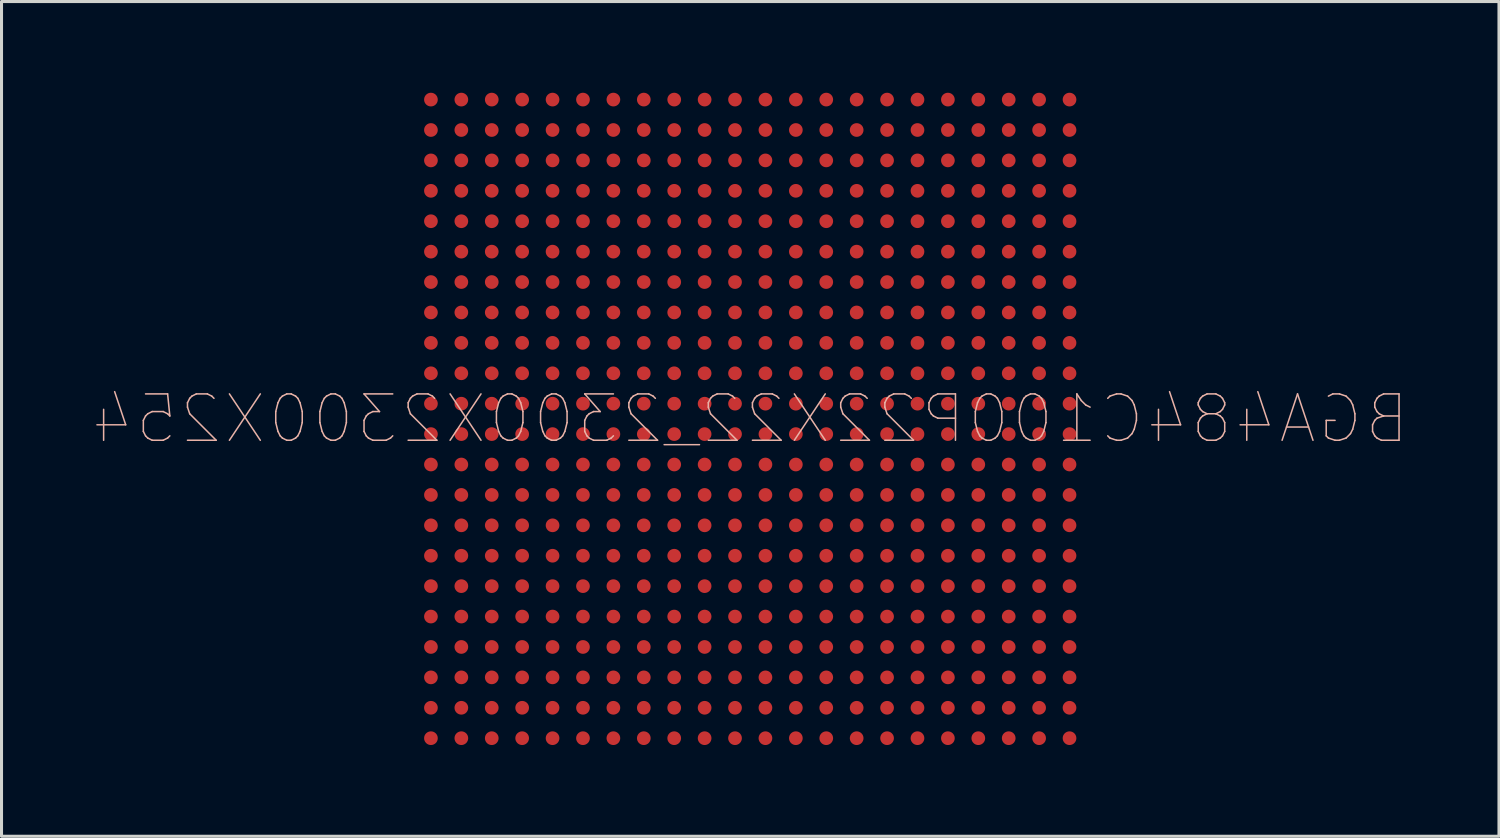
<source format=kicad_pcb>
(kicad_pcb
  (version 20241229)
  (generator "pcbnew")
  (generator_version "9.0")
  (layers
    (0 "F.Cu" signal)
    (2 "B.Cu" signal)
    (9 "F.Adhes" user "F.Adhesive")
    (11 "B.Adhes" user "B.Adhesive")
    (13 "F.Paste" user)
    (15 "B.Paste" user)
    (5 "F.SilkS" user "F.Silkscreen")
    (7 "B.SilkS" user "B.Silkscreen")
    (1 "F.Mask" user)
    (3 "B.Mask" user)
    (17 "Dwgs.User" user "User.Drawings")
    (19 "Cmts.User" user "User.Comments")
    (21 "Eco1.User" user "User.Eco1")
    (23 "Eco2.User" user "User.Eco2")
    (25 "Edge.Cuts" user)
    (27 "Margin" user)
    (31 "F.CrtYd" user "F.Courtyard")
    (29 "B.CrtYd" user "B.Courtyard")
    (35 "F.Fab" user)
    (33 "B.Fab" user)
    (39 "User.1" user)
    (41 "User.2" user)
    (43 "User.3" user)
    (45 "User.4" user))
  (footprint "BGA484C100P22X22_2300X2300X254"
    (layer "F.Cu")
    (at 21.621 10.725)
    (property "Reference" "BGA484C100P22X22_2300X2300X254" (at 0 0 0) (layer "B.SilkS") (effects (font (size 1.524 1.524) (thickness 0.05)) (justify mirror)))
    (attr smd)
    (pad "A1" smd circle (at 10.5 10.5 180) (size 0.45 0.45) (layers "F.Cu" "F.Mask" "F.Paste"))
    (pad "A2" smd circle (at 9.5 10.5 180) (size 0.45 0.45) (layers "F.Cu" "F.Mask" "F.Paste"))
    (pad "A3" smd circle (at 8.5 10.5 180) (size 0.45 0.45) (layers "F.Cu" "F.Mask" "F.Paste"))
    (pad "A4" smd circle (at 7.5 10.5 180) (size 0.45 0.45) (layers "F.Cu" "F.Mask" "F.Paste"))
    (pad "A5" smd circle (at 6.5 10.5 180) (size 0.45 0.45) (layers "F.Cu" "F.Mask" "F.Paste"))
    (pad "A6" smd circle (at 5.5 10.5 180) (size 0.45 0.45) (layers "F.Cu" "F.Mask" "F.Paste"))
    (pad "A7" smd circle (at 4.5 10.5 180) (size 0.45 0.45) (layers "F.Cu" "F.Mask" "F.Paste"))
    (pad "A8" smd circle (at 3.5 10.5 180) (size 0.45 0.45) (layers "F.Cu" "F.Mask" "F.Paste"))
    (pad "A9" smd circle (at 2.5 10.5 180) (size 0.45 0.45) (layers "F.Cu" "F.Mask" "F.Paste"))
    (pad "A10" smd circle (at 1.5 10.5 180) (size 0.45 0.45) (layers "F.Cu" "F.Mask" "F.Paste"))
    (pad "A11" smd circle (at 0.5 10.5 180) (size 0.45 0.45) (layers "F.Cu" "F.Mask" "F.Paste"))
    (pad "A12" smd circle (at -0.5 10.5 180) (size 0.45 0.45) (layers "F.Cu" "F.Mask" "F.Paste"))
    (pad "A13" smd circle (at -1.5 10.5 180) (size 0.45 0.45) (layers "F.Cu" "F.Mask" "F.Paste"))
    (pad "A14" smd circle (at -2.5 10.5 180) (size 0.45 0.45) (layers "F.Cu" "F.Mask" "F.Paste"))
    (pad "A15" smd circle (at -3.5 10.5 180) (size 0.45 0.45) (layers "F.Cu" "F.Mask" "F.Paste"))
    (pad "A16" smd circle (at -4.5 10.5 180) (size 0.45 0.45) (layers "F.Cu" "F.Mask" "F.Paste"))
    (pad "A17" smd circle (at -5.5 10.5 180) (size 0.45 0.45) (layers "F.Cu" "F.Mask" "F.Paste"))
    (pad "A18" smd circle (at -6.5 10.5 180) (size 0.45 0.45) (layers "F.Cu" "F.Mask" "F.Paste"))
    (pad "A19" smd circle (at -7.5 10.5 180) (size 0.45 0.45) (layers "F.Cu" "F.Mask" "F.Paste"))
    (pad "A20" smd circle (at -8.5 10.5 180) (size 0.45 0.45) (layers "F.Cu" "F.Mask" "F.Paste"))
    (pad "A21" smd circle (at -9.5 10.5 180) (size 0.45 0.45) (layers "F.Cu" "F.Mask" "F.Paste"))
    (pad "A22" smd circle (at -10.5 10.5 180) (size 0.45 0.45) (layers "F.Cu" "F.Mask" "F.Paste"))
    (pad "AA1" smd circle (at 10.5 -9.5 180) (size 0.45 0.45) (layers "F.Cu" "F.Mask" "F.Paste"))
    (pad "AA2" smd circle (at 9.5 -9.5 180) (size 0.45 0.45) (layers "F.Cu" "F.Mask" "F.Paste"))
    (pad "AA3" smd circle (at 8.5 -9.5 180) (size 0.45 0.45) (layers "F.Cu" "F.Mask" "F.Paste"))
    (pad "AA4" smd circle (at 7.5 -9.5 180) (size 0.45 0.45) (layers "F.Cu" "F.Mask" "F.Paste"))
    (pad "AA5" smd circle (at 6.5 -9.5 180) (size 0.45 0.45) (layers "F.Cu" "F.Mask" "F.Paste"))
    (pad "AA6" smd circle (at 5.5 -9.5 180) (size 0.45 0.45) (layers "F.Cu" "F.Mask" "F.Paste"))
    (pad "AA7" smd circle (at 4.5 -9.5 180) (size 0.45 0.45) (layers "F.Cu" "F.Mask" "F.Paste"))
    (pad "AA8" smd circle (at 3.5 -9.5 180) (size 0.45 0.45) (layers "F.Cu" "F.Mask" "F.Paste"))
    (pad "AA9" smd circle (at 2.5 -9.5 180) (size 0.45 0.45) (layers "F.Cu" "F.Mask" "F.Paste"))
    (pad "AA10" smd circle (at 1.5 -9.5 180) (size 0.45 0.45) (layers "F.Cu" "F.Mask" "F.Paste"))
    (pad "AA11" smd circle (at 0.5 -9.5 180) (size 0.45 0.45) (layers "F.Cu" "F.Mask" "F.Paste"))
    (pad "AA12" smd circle (at -0.5 -9.5 180) (size 0.45 0.45) (layers "F.Cu" "F.Mask" "F.Paste"))
    (pad "AA13" smd circle (at -1.5 -9.5 180) (size 0.45 0.45) (layers "F.Cu" "F.Mask" "F.Paste"))
    (pad "AA14" smd circle (at -2.5 -9.5 180) (size 0.45 0.45) (layers "F.Cu" "F.Mask" "F.Paste"))
    (pad "AA15" smd circle (at -3.5 -9.5 180) (size 0.45 0.45) (layers "F.Cu" "F.Mask" "F.Paste"))
    (pad "AA16" smd circle (at -4.5 -9.5 180) (size 0.45 0.45) (layers "F.Cu" "F.Mask" "F.Paste"))
    (pad "AA17" smd circle (at -5.5 -9.5 180) (size 0.45 0.45) (layers "F.Cu" "F.Mask" "F.Paste"))
    (pad "AA18" smd circle (at -6.5 -9.5 180) (size 0.45 0.45) (layers "F.Cu" "F.Mask" "F.Paste"))
    (pad "AA19" smd circle (at -7.5 -9.5 180) (size 0.45 0.45) (layers "F.Cu" "F.Mask" "F.Paste"))
    (pad "AA20" smd circle (at -8.5 -9.5 180) (size 0.45 0.45) (layers "F.Cu" "F.Mask" "F.Paste"))
    (pad "AA21" smd circle (at -9.5 -9.5 180) (size 0.45 0.45) (layers "F.Cu" "F.Mask" "F.Paste"))
    (pad "AA22" smd circle (at -10.5 -9.5 180) (size 0.45 0.45) (layers "F.Cu" "F.Mask" "F.Paste"))
    (pad "AB1" smd circle (at 10.5 -10.5 180) (size 0.45 0.45) (layers "F.Cu" "F.Mask" "F.Paste"))
    (pad "AB2" smd circle (at 9.5 -10.5 180) (size 0.45 0.45) (layers "F.Cu" "F.Mask" "F.Paste"))
    (pad "AB3" smd circle (at 8.5 -10.5 180) (size 0.45 0.45) (layers "F.Cu" "F.Mask" "F.Paste"))
    (pad "AB4" smd circle (at 7.5 -10.5 180) (size 0.45 0.45) (layers "F.Cu" "F.Mask" "F.Paste"))
    (pad "AB5" smd circle (at 6.5 -10.5 180) (size 0.45 0.45) (layers "F.Cu" "F.Mask" "F.Paste"))
    (pad "AB6" smd circle (at 5.5 -10.5 180) (size 0.45 0.45) (layers "F.Cu" "F.Mask" "F.Paste"))
    (pad "AB7" smd circle (at 4.5 -10.5 180) (size 0.45 0.45) (layers "F.Cu" "F.Mask" "F.Paste"))
    (pad "AB8" smd circle (at 3.5 -10.5 180) (size 0.45 0.45) (layers "F.Cu" "F.Mask" "F.Paste"))
    (pad "AB9" smd circle (at 2.5 -10.5 180) (size 0.45 0.45) (layers "F.Cu" "F.Mask" "F.Paste"))
    (pad "AB10" smd circle (at 1.5 -10.5 180) (size 0.45 0.45) (layers "F.Cu" "F.Mask" "F.Paste"))
    (pad "AB11" smd circle (at 0.5 -10.5 180) (size 0.45 0.45) (layers "F.Cu" "F.Mask" "F.Paste"))
    (pad "AB12" smd circle (at -0.5 -10.5 180) (size 0.45 0.45) (layers "F.Cu" "F.Mask" "F.Paste"))
    (pad "AB13" smd circle (at -1.5 -10.5 180) (size 0.45 0.45) (layers "F.Cu" "F.Mask" "F.Paste"))
    (pad "AB14" smd circle (at -2.5 -10.5 180) (size 0.45 0.45) (layers "F.Cu" "F.Mask" "F.Paste"))
    (pad "AB15" smd circle (at -3.5 -10.5 180) (size 0.45 0.45) (layers "F.Cu" "F.Mask" "F.Paste"))
    (pad "AB16" smd circle (at -4.5 -10.5 180) (size 0.45 0.45) (layers "F.Cu" "F.Mask" "F.Paste"))
    (pad "AB17" smd circle (at -5.5 -10.5 180) (size 0.45 0.45) (layers "F.Cu" "F.Mask" "F.Paste"))
    (pad "AB18" smd circle (at -6.5 -10.5 180) (size 0.45 0.45) (layers "F.Cu" "F.Mask" "F.Paste"))
    (pad "AB19" smd circle (at -7.5 -10.5 180) (size 0.45 0.45) (layers "F.Cu" "F.Mask" "F.Paste"))
    (pad "AB20" smd circle (at -8.5 -10.5 180) (size 0.45 0.45) (layers "F.Cu" "F.Mask" "F.Paste"))
    (pad "AB21" smd circle (at -9.5 -10.5 180) (size 0.45 0.45) (layers "F.Cu" "F.Mask" "F.Paste"))
    (pad "AB22" smd circle (at -10.5 -10.5 180) (size 0.45 0.45) (layers "F.Cu" "F.Mask" "F.Paste"))
    (pad "B1" smd circle (at 10.5 9.5 180) (size 0.45 0.45) (layers "F.Cu" "F.Mask" "F.Paste"))
    (pad "B2" smd circle (at 9.5 9.5 180) (size 0.45 0.45) (layers "F.Cu" "F.Mask" "F.Paste"))
    (pad "B3" smd circle (at 8.5 9.5 180) (size 0.45 0.45) (layers "F.Cu" "F.Mask" "F.Paste"))
    (pad "B4" smd circle (at 7.5 9.5 180) (size 0.45 0.45) (layers "F.Cu" "F.Mask" "F.Paste"))
    (pad "B5" smd circle (at 6.5 9.5 180) (size 0.45 0.45) (layers "F.Cu" "F.Mask" "F.Paste"))
    (pad "B6" smd circle (at 5.5 9.5 180) (size 0.45 0.45) (layers "F.Cu" "F.Mask" "F.Paste"))
    (pad "B7" smd circle (at 4.5 9.5 180) (size 0.45 0.45) (layers "F.Cu" "F.Mask" "F.Paste"))
    (pad "B8" smd circle (at 3.5 9.5 180) (size 0.45 0.45) (layers "F.Cu" "F.Mask" "F.Paste"))
    (pad "B9" smd circle (at 2.5 9.5 180) (size 0.45 0.45) (layers "F.Cu" "F.Mask" "F.Paste"))
    (pad "B10" smd circle (at 1.5 9.5 180) (size 0.45 0.45) (layers "F.Cu" "F.Mask" "F.Paste"))
    (pad "B11" smd circle (at 0.5 9.5 180) (size 0.45 0.45) (layers "F.Cu" "F.Mask" "F.Paste"))
    (pad "B12" smd circle (at -0.5 9.5 180) (size 0.45 0.45) (layers "F.Cu" "F.Mask" "F.Paste"))
    (pad "B13" smd circle (at -1.5 9.5 180) (size 0.45 0.45) (layers "F.Cu" "F.Mask" "F.Paste"))
    (pad "B14" smd circle (at -2.5 9.5 180) (size 0.45 0.45) (layers "F.Cu" "F.Mask" "F.Paste"))
    (pad "B15" smd circle (at -3.5 9.5 180) (size 0.45 0.45) (layers "F.Cu" "F.Mask" "F.Paste"))
    (pad "B16" smd circle (at -4.5 9.5 180) (size 0.45 0.45) (layers "F.Cu" "F.Mask" "F.Paste"))
    (pad "B17" smd circle (at -5.5 9.5 180) (size 0.45 0.45) (layers "F.Cu" "F.Mask" "F.Paste"))
    (pad "B18" smd circle (at -6.5 9.5 180) (size 0.45 0.45) (layers "F.Cu" "F.Mask" "F.Paste"))
    (pad "B19" smd circle (at -7.5 9.5 180) (size 0.45 0.45) (layers "F.Cu" "F.Mask" "F.Paste"))
    (pad "B20" smd circle (at -8.5 9.5 180) (size 0.45 0.45) (layers "F.Cu" "F.Mask" "F.Paste"))
    (pad "B21" smd circle (at -9.5 9.5 180) (size 0.45 0.45) (layers "F.Cu" "F.Mask" "F.Paste"))
    (pad "B22" smd circle (at -10.5 9.5 180) (size 0.45 0.45) (layers "F.Cu" "F.Mask" "F.Paste"))
    (pad "C1" smd circle (at 10.5 8.5 180) (size 0.45 0.45) (layers "F.Cu" "F.Mask" "F.Paste"))
    (pad "C2" smd circle (at 9.5 8.5 180) (size 0.45 0.45) (layers "F.Cu" "F.Mask" "F.Paste"))
    (pad "C3" smd circle (at 8.5 8.5 180) (size 0.45 0.45) (layers "F.Cu" "F.Mask" "F.Paste"))
    (pad "C4" smd circle (at 7.5 8.5 180) (size 0.45 0.45) (layers "F.Cu" "F.Mask" "F.Paste"))
    (pad "C5" smd circle (at 6.5 8.5 180) (size 0.45 0.45) (layers "F.Cu" "F.Mask" "F.Paste"))
    (pad "C6" smd circle (at 5.5 8.5 180) (size 0.45 0.45) (layers "F.Cu" "F.Mask" "F.Paste"))
    (pad "C7" smd circle (at 4.5 8.5 180) (size 0.45 0.45) (layers "F.Cu" "F.Mask" "F.Paste"))
    (pad "C8" smd circle (at 3.5 8.5 180) (size 0.45 0.45) (layers "F.Cu" "F.Mask" "F.Paste"))
    (pad "C9" smd circle (at 2.5 8.5 180) (size 0.45 0.45) (layers "F.Cu" "F.Mask" "F.Paste"))
    (pad "C10" smd circle (at 1.5 8.5 180) (size 0.45 0.45) (layers "F.Cu" "F.Mask" "F.Paste"))
    (pad "C11" smd circle (at 0.5 8.5 180) (size 0.45 0.45) (layers "F.Cu" "F.Mask" "F.Paste"))
    (pad "C12" smd circle (at -0.5 8.5 180) (size 0.45 0.45) (layers "F.Cu" "F.Mask" "F.Paste"))
    (pad "C13" smd circle (at -1.5 8.5 180) (size 0.45 0.45) (layers "F.Cu" "F.Mask" "F.Paste"))
    (pad "C14" smd circle (at -2.5 8.5 180) (size 0.45 0.45) (layers "F.Cu" "F.Mask" "F.Paste"))
    (pad "C15" smd circle (at -3.5 8.5 180) (size 0.45 0.45) (layers "F.Cu" "F.Mask" "F.Paste"))
    (pad "C16" smd circle (at -4.5 8.5 180) (size 0.45 0.45) (layers "F.Cu" "F.Mask" "F.Paste"))
    (pad "C17" smd circle (at -5.5 8.5 180) (size 0.45 0.45) (layers "F.Cu" "F.Mask" "F.Paste"))
    (pad "C18" smd circle (at -6.5 8.5 180) (size 0.45 0.45) (layers "F.Cu" "F.Mask" "F.Paste"))
    (pad "C19" smd circle (at -7.5 8.5 180) (size 0.45 0.45) (layers "F.Cu" "F.Mask" "F.Paste"))
    (pad "C20" smd circle (at -8.5 8.5 180) (size 0.45 0.45) (layers "F.Cu" "F.Mask" "F.Paste"))
    (pad "C21" smd circle (at -9.5 8.5 180) (size 0.45 0.45) (layers "F.Cu" "F.Mask" "F.Paste"))
    (pad "C22" smd circle (at -10.5 8.5 180) (size 0.45 0.45) (layers "F.Cu" "F.Mask" "F.Paste"))
    (pad "D1" smd circle (at 10.5 7.5 180) (size 0.45 0.45) (layers "F.Cu" "F.Mask" "F.Paste"))
    (pad "D2" smd circle (at 9.5 7.5 180) (size 0.45 0.45) (layers "F.Cu" "F.Mask" "F.Paste"))
    (pad "D3" smd circle (at 8.5 7.5 180) (size 0.45 0.45) (layers "F.Cu" "F.Mask" "F.Paste"))
    (pad "D4" smd circle (at 7.5 7.5 180) (size 0.45 0.45) (layers "F.Cu" "F.Mask" "F.Paste"))
    (pad "D5" smd circle (at 6.5 7.5 180) (size 0.45 0.45) (layers "F.Cu" "F.Mask" "F.Paste"))
    (pad "D6" smd circle (at 5.5 7.5 180) (size 0.45 0.45) (layers "F.Cu" "F.Mask" "F.Paste"))
    (pad "D7" smd circle (at 4.5 7.5 180) (size 0.45 0.45) (layers "F.Cu" "F.Mask" "F.Paste"))
    (pad "D8" smd circle (at 3.5 7.5 180) (size 0.45 0.45) (layers "F.Cu" "F.Mask" "F.Paste"))
    (pad "D9" smd circle (at 2.5 7.5 180) (size 0.45 0.45) (layers "F.Cu" "F.Mask" "F.Paste"))
    (pad "D10" smd circle (at 1.5 7.5 180) (size 0.45 0.45) (layers "F.Cu" "F.Mask" "F.Paste"))
    (pad "D11" smd circle (at 0.5 7.5 180) (size 0.45 0.45) (layers "F.Cu" "F.Mask" "F.Paste"))
    (pad "D12" smd circle (at -0.5 7.5 180) (size 0.45 0.45) (layers "F.Cu" "F.Mask" "F.Paste"))
    (pad "D13" smd circle (at -1.5 7.5 180) (size 0.45 0.45) (layers "F.Cu" "F.Mask" "F.Paste"))
    (pad "D14" smd circle (at -2.5 7.5 180) (size 0.45 0.45) (layers "F.Cu" "F.Mask" "F.Paste"))
    (pad "D15" smd circle (at -3.5 7.5 180) (size 0.45 0.45) (layers "F.Cu" "F.Mask" "F.Paste"))
    (pad "D16" smd circle (at -4.5 7.5 180) (size 0.45 0.45) (layers "F.Cu" "F.Mask" "F.Paste"))
    (pad "D17" smd circle (at -5.5 7.5 180) (size 0.45 0.45) (layers "F.Cu" "F.Mask" "F.Paste"))
    (pad "D18" smd circle (at -6.5 7.5 180) (size 0.45 0.45) (layers "F.Cu" "F.Mask" "F.Paste"))
    (pad "D19" smd circle (at -7.5 7.5 180) (size 0.45 0.45) (layers "F.Cu" "F.Mask" "F.Paste"))
    (pad "D20" smd circle (at -8.5 7.5 180) (size 0.45 0.45) (layers "F.Cu" "F.Mask" "F.Paste"))
    (pad "D21" smd circle (at -9.5 7.5 180) (size 0.45 0.45) (layers "F.Cu" "F.Mask" "F.Paste"))
    (pad "D22" smd circle (at -10.5 7.5 180) (size 0.45 0.45) (layers "F.Cu" "F.Mask" "F.Paste"))
    (pad "E1" smd circle (at 10.5 6.5 180) (size 0.45 0.45) (layers "F.Cu" "F.Mask" "F.Paste"))
    (pad "E2" smd circle (at 9.5 6.5 180) (size 0.45 0.45) (layers "F.Cu" "F.Mask" "F.Paste"))
    (pad "E3" smd circle (at 8.5 6.5 180) (size 0.45 0.45) (layers "F.Cu" "F.Mask" "F.Paste"))
    (pad "E4" smd circle (at 7.5 6.5 180) (size 0.45 0.45) (layers "F.Cu" "F.Mask" "F.Paste"))
    (pad "E5" smd circle (at 6.5 6.5 180) (size 0.45 0.45) (layers "F.Cu" "F.Mask" "F.Paste"))
    (pad "E6" smd circle (at 5.5 6.5 180) (size 0.45 0.45) (layers "F.Cu" "F.Mask" "F.Paste"))
    (pad "E7" smd circle (at 4.5 6.5 180) (size 0.45 0.45) (layers "F.Cu" "F.Mask" "F.Paste"))
    (pad "E8" smd circle (at 3.5 6.5 180) (size 0.45 0.45) (layers "F.Cu" "F.Mask" "F.Paste"))
    (pad "E9" smd circle (at 2.5 6.5 180) (size 0.45 0.45) (layers "F.Cu" "F.Mask" "F.Paste"))
    (pad "E10" smd circle (at 1.5 6.5 180) (size 0.45 0.45) (layers "F.Cu" "F.Mask" "F.Paste"))
    (pad "E11" smd circle (at 0.5 6.5 180) (size 0.45 0.45) (layers "F.Cu" "F.Mask" "F.Paste"))
    (pad "E12" smd circle (at -0.5 6.5 180) (size 0.45 0.45) (layers "F.Cu" "F.Mask" "F.Paste"))
    (pad "E13" smd circle (at -1.5 6.5 180) (size 0.45 0.45) (layers "F.Cu" "F.Mask" "F.Paste"))
    (pad "E14" smd circle (at -2.5 6.5 180) (size 0.45 0.45) (layers "F.Cu" "F.Mask" "F.Paste"))
    (pad "E15" smd circle (at -3.5 6.5 180) (size 0.45 0.45) (layers "F.Cu" "F.Mask" "F.Paste"))
    (pad "E16" smd circle (at -4.5 6.5 180) (size 0.45 0.45) (layers "F.Cu" "F.Mask" "F.Paste"))
    (pad "E17" smd circle (at -5.5 6.5 180) (size 0.45 0.45) (layers "F.Cu" "F.Mask" "F.Paste"))
    (pad "E18" smd circle (at -6.5 6.5 180) (size 0.45 0.45) (layers "F.Cu" "F.Mask" "F.Paste"))
    (pad "E19" smd circle (at -7.5 6.5 180) (size 0.45 0.45) (layers "F.Cu" "F.Mask" "F.Paste"))
    (pad "E20" smd circle (at -8.5 6.5 180) (size 0.45 0.45) (layers "F.Cu" "F.Mask" "F.Paste"))
    (pad "E21" smd circle (at -9.5 6.5 180) (size 0.45 0.45) (layers "F.Cu" "F.Mask" "F.Paste"))
    (pad "E22" smd circle (at -10.5 6.5 180) (size 0.45 0.45) (layers "F.Cu" "F.Mask" "F.Paste"))
    (pad "F1" smd circle (at 10.5 5.5 180) (size 0.45 0.45) (layers "F.Cu" "F.Mask" "F.Paste"))
    (pad "F2" smd circle (at 9.5 5.5 180) (size 0.45 0.45) (layers "F.Cu" "F.Mask" "F.Paste"))
    (pad "F3" smd circle (at 8.5 5.5 180) (size 0.45 0.45) (layers "F.Cu" "F.Mask" "F.Paste"))
    (pad "F4" smd circle (at 7.5 5.5 180) (size 0.45 0.45) (layers "F.Cu" "F.Mask" "F.Paste"))
    (pad "F5" smd circle (at 6.5 5.5 180) (size 0.45 0.45) (layers "F.Cu" "F.Mask" "F.Paste"))
    (pad "F6" smd circle (at 5.5 5.5 180) (size 0.45 0.45) (layers "F.Cu" "F.Mask" "F.Paste"))
    (pad "F7" smd circle (at 4.5 5.5 180) (size 0.45 0.45) (layers "F.Cu" "F.Mask" "F.Paste"))
    (pad "F8" smd circle (at 3.5 5.5 180) (size 0.45 0.45) (layers "F.Cu" "F.Mask" "F.Paste"))
    (pad "F9" smd circle (at 2.5 5.5 180) (size 0.45 0.45) (layers "F.Cu" "F.Mask" "F.Paste"))
    (pad "F10" smd circle (at 1.5 5.5 180) (size 0.45 0.45) (layers "F.Cu" "F.Mask" "F.Paste"))
    (pad "F11" smd circle (at 0.5 5.5 180) (size 0.45 0.45) (layers "F.Cu" "F.Mask" "F.Paste"))
    (pad "F12" smd circle (at -0.5 5.5 180) (size 0.45 0.45) (layers "F.Cu" "F.Mask" "F.Paste"))
    (pad "F13" smd circle (at -1.5 5.5 180) (size 0.45 0.45) (layers "F.Cu" "F.Mask" "F.Paste"))
    (pad "F14" smd circle (at -2.5 5.5 180) (size 0.45 0.45) (layers "F.Cu" "F.Mask" "F.Paste"))
    (pad "F15" smd circle (at -3.5 5.5 180) (size 0.45 0.45) (layers "F.Cu" "F.Mask" "F.Paste"))
    (pad "F16" smd circle (at -4.5 5.5 180) (size 0.45 0.45) (layers "F.Cu" "F.Mask" "F.Paste"))
    (pad "F17" smd circle (at -5.5 5.5 180) (size 0.45 0.45) (layers "F.Cu" "F.Mask" "F.Paste"))
    (pad "F18" smd circle (at -6.5 5.5 180) (size 0.45 0.45) (layers "F.Cu" "F.Mask" "F.Paste"))
    (pad "F19" smd circle (at -7.5 5.5 180) (size 0.45 0.45) (layers "F.Cu" "F.Mask" "F.Paste"))
    (pad "F20" smd circle (at -8.5 5.5 180) (size 0.45 0.45) (layers "F.Cu" "F.Mask" "F.Paste"))
    (pad "F21" smd circle (at -9.5 5.5 180) (size 0.45 0.45) (layers "F.Cu" "F.Mask" "F.Paste"))
    (pad "F22" smd circle (at -10.5 5.5 180) (size 0.45 0.45) (layers "F.Cu" "F.Mask" "F.Paste"))
    (pad "G1" smd circle (at 10.5 4.5 180) (size 0.45 0.45) (layers "F.Cu" "F.Mask" "F.Paste"))
    (pad "G2" smd circle (at 9.5 4.5 180) (size 0.45 0.45) (layers "F.Cu" "F.Mask" "F.Paste"))
    (pad "G3" smd circle (at 8.5 4.5 180) (size 0.45 0.45) (layers "F.Cu" "F.Mask" "F.Paste"))
    (pad "G4" smd circle (at 7.5 4.5 180) (size 0.45 0.45) (layers "F.Cu" "F.Mask" "F.Paste"))
    (pad "G5" smd circle (at 6.5 4.5 180) (size 0.45 0.45) (layers "F.Cu" "F.Mask" "F.Paste"))
    (pad "G6" smd circle (at 5.5 4.5 180) (size 0.45 0.45) (layers "F.Cu" "F.Mask" "F.Paste"))
    (pad "G7" smd circle (at 4.5 4.5 180) (size 0.45 0.45) (layers "F.Cu" "F.Mask" "F.Paste"))
    (pad "G8" smd circle (at 3.5 4.5 180) (size 0.45 0.45) (layers "F.Cu" "F.Mask" "F.Paste"))
    (pad "G9" smd circle (at 2.5 4.5 180) (size 0.45 0.45) (layers "F.Cu" "F.Mask" "F.Paste"))
    (pad "G10" smd circle (at 1.5 4.5 180) (size 0.45 0.45) (layers "F.Cu" "F.Mask" "F.Paste"))
    (pad "G11" smd circle (at 0.5 4.5 180) (size 0.45 0.45) (layers "F.Cu" "F.Mask" "F.Paste"))
    (pad "G12" smd circle (at -0.5 4.5 180) (size 0.45 0.45) (layers "F.Cu" "F.Mask" "F.Paste"))
    (pad "G13" smd circle (at -1.5 4.5 180) (size 0.45 0.45) (layers "F.Cu" "F.Mask" "F.Paste"))
    (pad "G14" smd circle (at -2.5 4.5 180) (size 0.45 0.45) (layers "F.Cu" "F.Mask" "F.Paste"))
    (pad "G15" smd circle (at -3.5 4.5 180) (size 0.45 0.45) (layers "F.Cu" "F.Mask" "F.Paste"))
    (pad "G16" smd circle (at -4.5 4.5 180) (size 0.45 0.45) (layers "F.Cu" "F.Mask" "F.Paste"))
    (pad "G17" smd circle (at -5.5 4.5 180) (size 0.45 0.45) (layers "F.Cu" "F.Mask" "F.Paste"))
    (pad "G18" smd circle (at -6.5 4.5 180) (size 0.45 0.45) (layers "F.Cu" "F.Mask" "F.Paste"))
    (pad "G19" smd circle (at -7.5 4.5 180) (size 0.45 0.45) (layers "F.Cu" "F.Mask" "F.Paste"))
    (pad "G20" smd circle (at -8.5 4.5 180) (size 0.45 0.45) (layers "F.Cu" "F.Mask" "F.Paste"))
    (pad "G21" smd circle (at -9.5 4.5 180) (size 0.45 0.45) (layers "F.Cu" "F.Mask" "F.Paste"))
    (pad "G22" smd circle (at -10.5 4.5 180) (size 0.45 0.45) (layers "F.Cu" "F.Mask" "F.Paste"))
    (pad "H1" smd circle (at 10.5 3.5 180) (size 0.45 0.45) (layers "F.Cu" "F.Mask" "F.Paste"))
    (pad "H2" smd circle (at 9.5 3.5 180) (size 0.45 0.45) (layers "F.Cu" "F.Mask" "F.Paste"))
    (pad "H3" smd circle (at 8.5 3.5 180) (size 0.45 0.45) (layers "F.Cu" "F.Mask" "F.Paste"))
    (pad "H4" smd circle (at 7.5 3.5 180) (size 0.45 0.45) (layers "F.Cu" "F.Mask" "F.Paste"))
    (pad "H5" smd circle (at 6.5 3.5 180) (size 0.45 0.45) (layers "F.Cu" "F.Mask" "F.Paste"))
    (pad "H6" smd circle (at 5.5 3.5 180) (size 0.45 0.45) (layers "F.Cu" "F.Mask" "F.Paste"))
    (pad "H7" smd circle (at 4.5 3.5 180) (size 0.45 0.45) (layers "F.Cu" "F.Mask" "F.Paste"))
    (pad "H8" smd circle (at 3.5 3.5 180) (size 0.45 0.45) (layers "F.Cu" "F.Mask" "F.Paste"))
    (pad "H9" smd circle (at 2.5 3.5 180) (size 0.45 0.45) (layers "F.Cu" "F.Mask" "F.Paste"))
    (pad "H10" smd circle (at 1.5 3.5 180) (size 0.45 0.45) (layers "F.Cu" "F.Mask" "F.Paste"))
    (pad "H11" smd circle (at 0.5 3.5 180) (size 0.45 0.45) (layers "F.Cu" "F.Mask" "F.Paste"))
    (pad "H12" smd circle (at -0.5 3.5 180) (size 0.45 0.45) (layers "F.Cu" "F.Mask" "F.Paste"))
    (pad "H13" smd circle (at -1.5 3.5 180) (size 0.45 0.45) (layers "F.Cu" "F.Mask" "F.Paste"))
    (pad "H14" smd circle (at -2.5 3.5 180) (size 0.45 0.45) (layers "F.Cu" "F.Mask" "F.Paste"))
    (pad "H15" smd circle (at -3.5 3.5 180) (size 0.45 0.45) (layers "F.Cu" "F.Mask" "F.Paste"))
    (pad "H16" smd circle (at -4.5 3.5 180) (size 0.45 0.45) (layers "F.Cu" "F.Mask" "F.Paste"))
    (pad "H17" smd circle (at -5.5 3.5 180) (size 0.45 0.45) (layers "F.Cu" "F.Mask" "F.Paste"))
    (pad "H18" smd circle (at -6.5 3.5 180) (size 0.45 0.45) (layers "F.Cu" "F.Mask" "F.Paste"))
    (pad "H19" smd circle (at -7.5 3.5 180) (size 0.45 0.45) (layers "F.Cu" "F.Mask" "F.Paste"))
    (pad "H20" smd circle (at -8.5 3.5 180) (size 0.45 0.45) (layers "F.Cu" "F.Mask" "F.Paste"))
    (pad "H21" smd circle (at -9.5 3.5 180) (size 0.45 0.45) (layers "F.Cu" "F.Mask" "F.Paste"))
    (pad "H22" smd circle (at -10.5 3.5 180) (size 0.45 0.45) (layers "F.Cu" "F.Mask" "F.Paste"))
    (pad "J1" smd circle (at 10.5 2.5 180) (size 0.45 0.45) (layers "F.Cu" "F.Mask" "F.Paste"))
    (pad "J2" smd circle (at 9.5 2.5 180) (size 0.45 0.45) (layers "F.Cu" "F.Mask" "F.Paste"))
    (pad "J3" smd circle (at 8.5 2.5 180) (size 0.45 0.45) (layers "F.Cu" "F.Mask" "F.Paste"))
    (pad "J4" smd circle (at 7.5 2.5 180) (size 0.45 0.45) (layers "F.Cu" "F.Mask" "F.Paste"))
    (pad "J5" smd circle (at 6.5 2.5 180) (size 0.45 0.45) (layers "F.Cu" "F.Mask" "F.Paste"))
    (pad "J6" smd circle (at 5.5 2.5 180) (size 0.45 0.45) (layers "F.Cu" "F.Mask" "F.Paste"))
    (pad "J7" smd circle (at 4.5 2.5 180) (size 0.45 0.45) (layers "F.Cu" "F.Mask" "F.Paste"))
    (pad "J8" smd circle (at 3.5 2.5 180) (size 0.45 0.45) (layers "F.Cu" "F.Mask" "F.Paste"))
    (pad "J9" smd circle (at 2.5 2.5 180) (size 0.45 0.45) (layers "F.Cu" "F.Mask" "F.Paste"))
    (pad "J10" smd circle (at 1.5 2.5 180) (size 0.45 0.45) (layers "F.Cu" "F.Mask" "F.Paste"))
    (pad "J11" smd circle (at 0.5 2.5 180) (size 0.45 0.45) (layers "F.Cu" "F.Mask" "F.Paste"))
    (pad "J12" smd circle (at -0.5 2.5 180) (size 0.45 0.45) (layers "F.Cu" "F.Mask" "F.Paste"))
    (pad "J13" smd circle (at -1.5 2.5 180) (size 0.45 0.45) (layers "F.Cu" "F.Mask" "F.Paste"))
    (pad "J14" smd circle (at -2.5 2.5 180) (size 0.45 0.45) (layers "F.Cu" "F.Mask" "F.Paste"))
    (pad "J15" smd circle (at -3.5 2.5 180) (size 0.45 0.45) (layers "F.Cu" "F.Mask" "F.Paste"))
    (pad "J16" smd circle (at -4.5 2.5 180) (size 0.45 0.45) (layers "F.Cu" "F.Mask" "F.Paste"))
    (pad "J17" smd circle (at -5.5 2.5 180) (size 0.45 0.45) (layers "F.Cu" "F.Mask" "F.Paste"))
    (pad "J18" smd circle (at -6.5 2.5 180) (size 0.45 0.45) (layers "F.Cu" "F.Mask" "F.Paste"))
    (pad "J19" smd circle (at -7.5 2.5 180) (size 0.45 0.45) (layers "F.Cu" "F.Mask" "F.Paste"))
    (pad "J20" smd circle (at -8.5 2.5 180) (size 0.45 0.45) (layers "F.Cu" "F.Mask" "F.Paste"))
    (pad "J21" smd circle (at -9.5 2.5 180) (size 0.45 0.45) (layers "F.Cu" "F.Mask" "F.Paste"))
    (pad "J22" smd circle (at -10.5 2.5 180) (size 0.45 0.45) (layers "F.Cu" "F.Mask" "F.Paste"))
    (pad "K1" smd circle (at 10.5 1.5 180) (size 0.45 0.45) (layers "F.Cu" "F.Mask" "F.Paste"))
    (pad "K2" smd circle (at 9.5 1.5 180) (size 0.45 0.45) (layers "F.Cu" "F.Mask" "F.Paste"))
    (pad "K3" smd circle (at 8.5 1.5 180) (size 0.45 0.45) (layers "F.Cu" "F.Mask" "F.Paste"))
    (pad "K4" smd circle (at 7.5 1.5 180) (size 0.45 0.45) (layers "F.Cu" "F.Mask" "F.Paste"))
    (pad "K5" smd circle (at 6.5 1.5 180) (size 0.45 0.45) (layers "F.Cu" "F.Mask" "F.Paste"))
    (pad "K6" smd circle (at 5.5 1.5 180) (size 0.45 0.45) (layers "F.Cu" "F.Mask" "F.Paste"))
    (pad "K7" smd circle (at 4.5 1.5 180) (size 0.45 0.45) (layers "F.Cu" "F.Mask" "F.Paste"))
    (pad "K8" smd circle (at 3.5 1.5 180) (size 0.45 0.45) (layers "F.Cu" "F.Mask" "F.Paste"))
    (pad "K9" smd circle (at 2.5 1.5 180) (size 0.45 0.45) (layers "F.Cu" "F.Mask" "F.Paste"))
    (pad "K10" smd circle (at 1.5 1.5 180) (size 0.45 0.45) (layers "F.Cu" "F.Mask" "F.Paste"))
    (pad "K11" smd circle (at 0.5 1.5 180) (size 0.45 0.45) (layers "F.Cu" "F.Mask" "F.Paste"))
    (pad "K12" smd circle (at -0.5 1.5 180) (size 0.45 0.45) (layers "F.Cu" "F.Mask" "F.Paste"))
    (pad "K13" smd circle (at -1.5 1.5 180) (size 0.45 0.45) (layers "F.Cu" "F.Mask" "F.Paste"))
    (pad "K14" smd circle (at -2.5 1.5 180) (size 0.45 0.45) (layers "F.Cu" "F.Mask" "F.Paste"))
    (pad "K15" smd circle (at -3.5 1.5 180) (size 0.45 0.45) (layers "F.Cu" "F.Mask" "F.Paste"))
    (pad "K16" smd circle (at -4.5 1.5 180) (size 0.45 0.45) (layers "F.Cu" "F.Mask" "F.Paste"))
    (pad "K17" smd circle (at -5.5 1.5 180) (size 0.45 0.45) (layers "F.Cu" "F.Mask" "F.Paste"))
    (pad "K18" smd circle (at -6.5 1.5 180) (size 0.45 0.45) (layers "F.Cu" "F.Mask" "F.Paste"))
    (pad "K19" smd circle (at -7.5 1.5 180) (size 0.45 0.45) (layers "F.Cu" "F.Mask" "F.Paste"))
    (pad "K20" smd circle (at -8.5 1.5 180) (size 0.45 0.45) (layers "F.Cu" "F.Mask" "F.Paste"))
    (pad "K21" smd circle (at -9.5 1.5 180) (size 0.45 0.45) (layers "F.Cu" "F.Mask" "F.Paste"))
    (pad "K22" smd circle (at -10.5 1.5 180) (size 0.45 0.45) (layers "F.Cu" "F.Mask" "F.Paste"))
    (pad "L1" smd circle (at 10.5 0.5 180) (size 0.45 0.45) (layers "F.Cu" "F.Mask" "F.Paste"))
    (pad "L2" smd circle (at 9.5 0.5 180) (size 0.45 0.45) (layers "F.Cu" "F.Mask" "F.Paste"))
    (pad "L3" smd circle (at 8.5 0.5 180) (size 0.45 0.45) (layers "F.Cu" "F.Mask" "F.Paste"))
    (pad "L4" smd circle (at 7.5 0.5 180) (size 0.45 0.45) (layers "F.Cu" "F.Mask" "F.Paste"))
    (pad "L5" smd circle (at 6.5 0.5 180) (size 0.45 0.45) (layers "F.Cu" "F.Mask" "F.Paste"))
    (pad "L6" smd circle (at 5.5 0.5 180) (size 0.45 0.45) (layers "F.Cu" "F.Mask" "F.Paste"))
    (pad "L7" smd circle (at 4.5 0.5 180) (size 0.45 0.45) (layers "F.Cu" "F.Mask" "F.Paste"))
    (pad "L8" smd circle (at 3.5 0.5 180) (size 0.45 0.45) (layers "F.Cu" "F.Mask" "F.Paste"))
    (pad "L9" smd circle (at 2.5 0.5 180) (size 0.45 0.45) (layers "F.Cu" "F.Mask" "F.Paste"))
    (pad "L10" smd circle (at 1.5 0.5 180) (size 0.45 0.45) (layers "F.Cu" "F.Mask" "F.Paste"))
    (pad "L11" smd circle (at 0.5 0.5 180) (size 0.45 0.45) (layers "F.Cu" "F.Mask" "F.Paste"))
    (pad "L12" smd circle (at -0.5 0.5 180) (size 0.45 0.45) (layers "F.Cu" "F.Mask" "F.Paste"))
    (pad "L13" smd circle (at -1.5 0.5 180) (size 0.45 0.45) (layers "F.Cu" "F.Mask" "F.Paste"))
    (pad "L14" smd circle (at -2.5 0.5 180) (size 0.45 0.45) (layers "F.Cu" "F.Mask" "F.Paste"))
    (pad "L15" smd circle (at -3.5 0.5 180) (size 0.45 0.45) (layers "F.Cu" "F.Mask" "F.Paste"))
    (pad "L16" smd circle (at -4.5 0.5 180) (size 0.45 0.45) (layers "F.Cu" "F.Mask" "F.Paste"))
    (pad "L17" smd circle (at -5.5 0.5 180) (size 0.45 0.45) (layers "F.Cu" "F.Mask" "F.Paste"))
    (pad "L18" smd circle (at -6.5 0.5 180) (size 0.45 0.45) (layers "F.Cu" "F.Mask" "F.Paste"))
    (pad "L19" smd circle (at -7.5 0.5 180) (size 0.45 0.45) (layers "F.Cu" "F.Mask" "F.Paste"))
    (pad "L20" smd circle (at -8.5 0.5 180) (size 0.45 0.45) (layers "F.Cu" "F.Mask" "F.Paste"))
    (pad "L21" smd circle (at -9.5 0.5 180) (size 0.45 0.45) (layers "F.Cu" "F.Mask" "F.Paste"))
    (pad "L22" smd circle (at -10.5 0.5 180) (size 0.45 0.45) (layers "F.Cu" "F.Mask" "F.Paste"))
    (pad "M1" smd circle (at 10.5 -0.5 180) (size 0.45 0.45) (layers "F.Cu" "F.Mask" "F.Paste"))
    (pad "M2" smd circle (at 9.5 -0.5 180) (size 0.45 0.45) (layers "F.Cu" "F.Mask" "F.Paste"))
    (pad "M3" smd circle (at 8.5 -0.5 180) (size 0.45 0.45) (layers "F.Cu" "F.Mask" "F.Paste"))
    (pad "M4" smd circle (at 7.5 -0.5 180) (size 0.45 0.45) (layers "F.Cu" "F.Mask" "F.Paste"))
    (pad "M5" smd circle (at 6.5 -0.5 180) (size 0.45 0.45) (layers "F.Cu" "F.Mask" "F.Paste"))
    (pad "M6" smd circle (at 5.5 -0.5 180) (size 0.45 0.45) (layers "F.Cu" "F.Mask" "F.Paste"))
    (pad "M7" smd circle (at 4.5 -0.5 180) (size 0.45 0.45) (layers "F.Cu" "F.Mask" "F.Paste"))
    (pad "M8" smd circle (at 3.5 -0.5 180) (size 0.45 0.45) (layers "F.Cu" "F.Mask" "F.Paste"))
    (pad "M9" smd circle (at 2.5 -0.5 180) (size 0.45 0.45) (layers "F.Cu" "F.Mask" "F.Paste"))
    (pad "M10" smd circle (at 1.5 -0.5 180) (size 0.45 0.45) (layers "F.Cu" "F.Mask" "F.Paste"))
    (pad "M11" smd circle (at 0.5 -0.5 180) (size 0.45 0.45) (layers "F.Cu" "F.Mask" "F.Paste"))
    (pad "M12" smd circle (at -0.5 -0.5 180) (size 0.45 0.45) (layers "F.Cu" "F.Mask" "F.Paste"))
    (pad "M13" smd circle (at -1.5 -0.5 180) (size 0.45 0.45) (layers "F.Cu" "F.Mask" "F.Paste"))
    (pad "M14" smd circle (at -2.5 -0.5 180) (size 0.45 0.45) (layers "F.Cu" "F.Mask" "F.Paste"))
    (pad "M15" smd circle (at -3.5 -0.5 180) (size 0.45 0.45) (layers "F.Cu" "F.Mask" "F.Paste"))
    (pad "M16" smd circle (at -4.5 -0.5 180) (size 0.45 0.45) (layers "F.Cu" "F.Mask" "F.Paste"))
    (pad "M17" smd circle (at -5.5 -0.5 180) (size 0.45 0.45) (layers "F.Cu" "F.Mask" "F.Paste"))
    (pad "M18" smd circle (at -6.5 -0.5 180) (size 0.45 0.45) (layers "F.Cu" "F.Mask" "F.Paste"))
    (pad "M19" smd circle (at -7.5 -0.5 180) (size 0.45 0.45) (layers "F.Cu" "F.Mask" "F.Paste"))
    (pad "M20" smd circle (at -8.5 -0.5 180) (size 0.45 0.45) (layers "F.Cu" "F.Mask" "F.Paste"))
    (pad "M21" smd circle (at -9.5 -0.5 180) (size 0.45 0.45) (layers "F.Cu" "F.Mask" "F.Paste"))
    (pad "M22" smd circle (at -10.5 -0.5 180) (size 0.45 0.45) (layers "F.Cu" "F.Mask" "F.Paste"))
    (pad "N1" smd circle (at 10.5 -1.5 180) (size 0.45 0.45) (layers "F.Cu" "F.Mask" "F.Paste"))
    (pad "N2" smd circle (at 9.5 -1.5 180) (size 0.45 0.45) (layers "F.Cu" "F.Mask" "F.Paste"))
    (pad "N3" smd circle (at 8.5 -1.5 180) (size 0.45 0.45) (layers "F.Cu" "F.Mask" "F.Paste"))
    (pad "N4" smd circle (at 7.5 -1.5 180) (size 0.45 0.45) (layers "F.Cu" "F.Mask" "F.Paste"))
    (pad "N5" smd circle (at 6.5 -1.5 180) (size 0.45 0.45) (layers "F.Cu" "F.Mask" "F.Paste"))
    (pad "N6" smd circle (at 5.5 -1.5 180) (size 0.45 0.45) (layers "F.Cu" "F.Mask" "F.Paste"))
    (pad "N7" smd circle (at 4.5 -1.5 180) (size 0.45 0.45) (layers "F.Cu" "F.Mask" "F.Paste"))
    (pad "N8" smd circle (at 3.5 -1.5 180) (size 0.45 0.45) (layers "F.Cu" "F.Mask" "F.Paste"))
    (pad "N9" smd circle (at 2.5 -1.5 180) (size 0.45 0.45) (layers "F.Cu" "F.Mask" "F.Paste"))
    (pad "N10" smd circle (at 1.5 -1.5 180) (size 0.45 0.45) (layers "F.Cu" "F.Mask" "F.Paste"))
    (pad "N11" smd circle (at 0.5 -1.5 180) (size 0.45 0.45) (layers "F.Cu" "F.Mask" "F.Paste"))
    (pad "N12" smd circle (at -0.5 -1.5 180) (size 0.45 0.45) (layers "F.Cu" "F.Mask" "F.Paste"))
    (pad "N13" smd circle (at -1.5 -1.5 180) (size 0.45 0.45) (layers "F.Cu" "F.Mask" "F.Paste"))
    (pad "N14" smd circle (at -2.5 -1.5 180) (size 0.45 0.45) (layers "F.Cu" "F.Mask" "F.Paste"))
    (pad "N15" smd circle (at -3.5 -1.5 180) (size 0.45 0.45) (layers "F.Cu" "F.Mask" "F.Paste"))
    (pad "N16" smd circle (at -4.5 -1.5 180) (size 0.45 0.45) (layers "F.Cu" "F.Mask" "F.Paste"))
    (pad "N17" smd circle (at -5.5 -1.5 180) (size 0.45 0.45) (layers "F.Cu" "F.Mask" "F.Paste"))
    (pad "N18" smd circle (at -6.5 -1.5 180) (size 0.45 0.45) (layers "F.Cu" "F.Mask" "F.Paste"))
    (pad "N19" smd circle (at -7.5 -1.5 180) (size 0.45 0.45) (layers "F.Cu" "F.Mask" "F.Paste"))
    (pad "N20" smd circle (at -8.5 -1.5 180) (size 0.45 0.45) (layers "F.Cu" "F.Mask" "F.Paste"))
    (pad "N21" smd circle (at -9.5 -1.5 180) (size 0.45 0.45) (layers "F.Cu" "F.Mask" "F.Paste"))
    (pad "N22" smd circle (at -10.5 -1.5 180) (size 0.45 0.45) (layers "F.Cu" "F.Mask" "F.Paste"))
    (pad "P1" smd circle (at 10.5 -2.5 180) (size 0.45 0.45) (layers "F.Cu" "F.Mask" "F.Paste"))
    (pad "P2" smd circle (at 9.5 -2.5 180) (size 0.45 0.45) (layers "F.Cu" "F.Mask" "F.Paste"))
    (pad "P3" smd circle (at 8.5 -2.5 180) (size 0.45 0.45) (layers "F.Cu" "F.Mask" "F.Paste"))
    (pad "P4" smd circle (at 7.5 -2.5 180) (size 0.45 0.45) (layers "F.Cu" "F.Mask" "F.Paste"))
    (pad "P5" smd circle (at 6.5 -2.5 180) (size 0.45 0.45) (layers "F.Cu" "F.Mask" "F.Paste"))
    (pad "P6" smd circle (at 5.5 -2.5 180) (size 0.45 0.45) (layers "F.Cu" "F.Mask" "F.Paste"))
    (pad "P7" smd circle (at 4.5 -2.5 180) (size 0.45 0.45) (layers "F.Cu" "F.Mask" "F.Paste"))
    (pad "P8" smd circle (at 3.5 -2.5 180) (size 0.45 0.45) (layers "F.Cu" "F.Mask" "F.Paste"))
    (pad "P9" smd circle (at 2.5 -2.5 180) (size 0.45 0.45) (layers "F.Cu" "F.Mask" "F.Paste"))
    (pad "P10" smd circle (at 1.5 -2.5 180) (size 0.45 0.45) (layers "F.Cu" "F.Mask" "F.Paste"))
    (pad "P11" smd circle (at 0.5 -2.5 180) (size 0.45 0.45) (layers "F.Cu" "F.Mask" "F.Paste"))
    (pad "P12" smd circle (at -0.5 -2.5 180) (size 0.45 0.45) (layers "F.Cu" "F.Mask" "F.Paste"))
    (pad "P13" smd circle (at -1.5 -2.5 180) (size 0.45 0.45) (layers "F.Cu" "F.Mask" "F.Paste"))
    (pad "P14" smd circle (at -2.5 -2.5 180) (size 0.45 0.45) (layers "F.Cu" "F.Mask" "F.Paste"))
    (pad "P15" smd circle (at -3.5 -2.5 180) (size 0.45 0.45) (layers "F.Cu" "F.Mask" "F.Paste"))
    (pad "P16" smd circle (at -4.5 -2.5 180) (size 0.45 0.45) (layers "F.Cu" "F.Mask" "F.Paste"))
    (pad "P17" smd circle (at -5.5 -2.5 180) (size 0.45 0.45) (layers "F.Cu" "F.Mask" "F.Paste"))
    (pad "P18" smd circle (at -6.5 -2.5 180) (size 0.45 0.45) (layers "F.Cu" "F.Mask" "F.Paste"))
    (pad "P19" smd circle (at -7.5 -2.5 180) (size 0.45 0.45) (layers "F.Cu" "F.Mask" "F.Paste"))
    (pad "P20" smd circle (at -8.5 -2.5 180) (size 0.45 0.45) (layers "F.Cu" "F.Mask" "F.Paste"))
    (pad "P21" smd circle (at -9.5 -2.5 180) (size 0.45 0.45) (layers "F.Cu" "F.Mask" "F.Paste"))
    (pad "P22" smd circle (at -10.5 -2.5 180) (size 0.45 0.45) (layers "F.Cu" "F.Mask" "F.Paste"))
    (pad "R1" smd circle (at 10.5 -3.5 180) (size 0.45 0.45) (layers "F.Cu" "F.Mask" "F.Paste"))
    (pad "R2" smd circle (at 9.5 -3.5 180) (size 0.45 0.45) (layers "F.Cu" "F.Mask" "F.Paste"))
    (pad "R3" smd circle (at 8.5 -3.5 180) (size 0.45 0.45) (layers "F.Cu" "F.Mask" "F.Paste"))
    (pad "R4" smd circle (at 7.5 -3.5 180) (size 0.45 0.45) (layers "F.Cu" "F.Mask" "F.Paste"))
    (pad "R5" smd circle (at 6.5 -3.5 180) (size 0.45 0.45) (layers "F.Cu" "F.Mask" "F.Paste"))
    (pad "R6" smd circle (at 5.5 -3.5 180) (size 0.45 0.45) (layers "F.Cu" "F.Mask" "F.Paste"))
    (pad "R7" smd circle (at 4.5 -3.5 180) (size 0.45 0.45) (layers "F.Cu" "F.Mask" "F.Paste"))
    (pad "R8" smd circle (at 3.5 -3.5 180) (size 0.45 0.45) (layers "F.Cu" "F.Mask" "F.Paste"))
    (pad "R9" smd circle (at 2.5 -3.5 180) (size 0.45 0.45) (layers "F.Cu" "F.Mask" "F.Paste"))
    (pad "R10" smd circle (at 1.5 -3.5 180) (size 0.45 0.45) (layers "F.Cu" "F.Mask" "F.Paste"))
    (pad "R11" smd circle (at 0.5 -3.5 180) (size 0.45 0.45) (layers "F.Cu" "F.Mask" "F.Paste"))
    (pad "R12" smd circle (at -0.5 -3.5 180) (size 0.45 0.45) (layers "F.Cu" "F.Mask" "F.Paste"))
    (pad "R13" smd circle (at -1.5 -3.5 180) (size 0.45 0.45) (layers "F.Cu" "F.Mask" "F.Paste"))
    (pad "R14" smd circle (at -2.5 -3.5 180) (size 0.45 0.45) (layers "F.Cu" "F.Mask" "F.Paste"))
    (pad "R15" smd circle (at -3.5 -3.5 180) (size 0.45 0.45) (layers "F.Cu" "F.Mask" "F.Paste"))
    (pad "R16" smd circle (at -4.5 -3.5 180) (size 0.45 0.45) (layers "F.Cu" "F.Mask" "F.Paste"))
    (pad "R17" smd circle (at -5.5 -3.5 180) (size 0.45 0.45) (layers "F.Cu" "F.Mask" "F.Paste"))
    (pad "R18" smd circle (at -6.5 -3.5 180) (size 0.45 0.45) (layers "F.Cu" "F.Mask" "F.Paste"))
    (pad "R19" smd circle (at -7.5 -3.5 180) (size 0.45 0.45) (layers "F.Cu" "F.Mask" "F.Paste"))
    (pad "R20" smd circle (at -8.5 -3.5 180) (size 0.45 0.45) (layers "F.Cu" "F.Mask" "F.Paste"))
    (pad "R21" smd circle (at -9.5 -3.5 180) (size 0.45 0.45) (layers "F.Cu" "F.Mask" "F.Paste"))
    (pad "R22" smd circle (at -10.5 -3.5 180) (size 0.45 0.45) (layers "F.Cu" "F.Mask" "F.Paste"))
    (pad "T1" smd circle (at 10.5 -4.5 180) (size 0.45 0.45) (layers "F.Cu" "F.Mask" "F.Paste"))
    (pad "T2" smd circle (at 9.5 -4.5 180) (size 0.45 0.45) (layers "F.Cu" "F.Mask" "F.Paste"))
    (pad "T3" smd circle (at 8.5 -4.5 180) (size 0.45 0.45) (layers "F.Cu" "F.Mask" "F.Paste"))
    (pad "T4" smd circle (at 7.5 -4.5 180) (size 0.45 0.45) (layers "F.Cu" "F.Mask" "F.Paste"))
    (pad "T5" smd circle (at 6.5 -4.5 180) (size 0.45 0.45) (layers "F.Cu" "F.Mask" "F.Paste"))
    (pad "T6" smd circle (at 5.5 -4.5 180) (size 0.45 0.45) (layers "F.Cu" "F.Mask" "F.Paste"))
    (pad "T7" smd circle (at 4.5 -4.5 180) (size 0.45 0.45) (layers "F.Cu" "F.Mask" "F.Paste"))
    (pad "T8" smd circle (at 3.5 -4.5 180) (size 0.45 0.45) (layers "F.Cu" "F.Mask" "F.Paste"))
    (pad "T9" smd circle (at 2.5 -4.5 180) (size 0.45 0.45) (layers "F.Cu" "F.Mask" "F.Paste"))
    (pad "T10" smd circle (at 1.5 -4.5 180) (size 0.45 0.45) (layers "F.Cu" "F.Mask" "F.Paste"))
    (pad "T11" smd circle (at 0.5 -4.5 180) (size 0.45 0.45) (layers "F.Cu" "F.Mask" "F.Paste"))
    (pad "T12" smd circle (at -0.5 -4.5 180) (size 0.45 0.45) (layers "F.Cu" "F.Mask" "F.Paste"))
    (pad "T13" smd circle (at -1.5 -4.5 180) (size 0.45 0.45) (layers "F.Cu" "F.Mask" "F.Paste"))
    (pad "T14" smd circle (at -2.5 -4.5 180) (size 0.45 0.45) (layers "F.Cu" "F.Mask" "F.Paste"))
    (pad "T15" smd circle (at -3.5 -4.5 180) (size 0.45 0.45) (layers "F.Cu" "F.Mask" "F.Paste"))
    (pad "T16" smd circle (at -4.5 -4.5 180) (size 0.45 0.45) (layers "F.Cu" "F.Mask" "F.Paste"))
    (pad "T17" smd circle (at -5.5 -4.5 180) (size 0.45 0.45) (layers "F.Cu" "F.Mask" "F.Paste"))
    (pad "T18" smd circle (at -6.5 -4.5 180) (size 0.45 0.45) (layers "F.Cu" "F.Mask" "F.Paste"))
    (pad "T19" smd circle (at -7.5 -4.5 180) (size 0.45 0.45) (layers "F.Cu" "F.Mask" "F.Paste"))
    (pad "T20" smd circle (at -8.5 -4.5 180) (size 0.45 0.45) (layers "F.Cu" "F.Mask" "F.Paste"))
    (pad "T21" smd circle (at -9.5 -4.5 180) (size 0.45 0.45) (layers "F.Cu" "F.Mask" "F.Paste"))
    (pad "T22" smd circle (at -10.5 -4.5 180) (size 0.45 0.45) (layers "F.Cu" "F.Mask" "F.Paste"))
    (pad "U1" smd circle (at 10.5 -5.5 180) (size 0.45 0.45) (layers "F.Cu" "F.Mask" "F.Paste"))
    (pad "U2" smd circle (at 9.5 -5.5 180) (size 0.45 0.45) (layers "F.Cu" "F.Mask" "F.Paste"))
    (pad "U3" smd circle (at 8.5 -5.5 180) (size 0.45 0.45) (layers "F.Cu" "F.Mask" "F.Paste"))
    (pad "U4" smd circle (at 7.5 -5.5 180) (size 0.45 0.45) (layers "F.Cu" "F.Mask" "F.Paste"))
    (pad "U5" smd circle (at 6.5 -5.5 180) (size 0.45 0.45) (layers "F.Cu" "F.Mask" "F.Paste"))
    (pad "U6" smd circle (at 5.5 -5.5 180) (size 0.45 0.45) (layers "F.Cu" "F.Mask" "F.Paste"))
    (pad "U7" smd circle (at 4.5 -5.5 180) (size 0.45 0.45) (layers "F.Cu" "F.Mask" "F.Paste"))
    (pad "U8" smd circle (at 3.5 -5.5 180) (size 0.45 0.45) (layers "F.Cu" "F.Mask" "F.Paste"))
    (pad "U9" smd circle (at 2.5 -5.5 180) (size 0.45 0.45) (layers "F.Cu" "F.Mask" "F.Paste"))
    (pad "U10" smd circle (at 1.5 -5.5 180) (size 0.45 0.45) (layers "F.Cu" "F.Mask" "F.Paste"))
    (pad "U11" smd circle (at 0.5 -5.5 180) (size 0.45 0.45) (layers "F.Cu" "F.Mask" "F.Paste"))
    (pad "U12" smd circle (at -0.5 -5.5 180) (size 0.45 0.45) (layers "F.Cu" "F.Mask" "F.Paste"))
    (pad "U13" smd circle (at -1.5 -5.5 180) (size 0.45 0.45) (layers "F.Cu" "F.Mask" "F.Paste"))
    (pad "U14" smd circle (at -2.5 -5.5 180) (size 0.45 0.45) (layers "F.Cu" "F.Mask" "F.Paste"))
    (pad "U15" smd circle (at -3.5 -5.5 180) (size 0.45 0.45) (layers "F.Cu" "F.Mask" "F.Paste"))
    (pad "U16" smd circle (at -4.5 -5.5 180) (size 0.45 0.45) (layers "F.Cu" "F.Mask" "F.Paste"))
    (pad "U17" smd circle (at -5.5 -5.5 180) (size 0.45 0.45) (layers "F.Cu" "F.Mask" "F.Paste"))
    (pad "U18" smd circle (at -6.5 -5.5 180) (size 0.45 0.45) (layers "F.Cu" "F.Mask" "F.Paste"))
    (pad "U19" smd circle (at -7.5 -5.5 180) (size 0.45 0.45) (layers "F.Cu" "F.Mask" "F.Paste"))
    (pad "U20" smd circle (at -8.5 -5.5 180) (size 0.45 0.45) (layers "F.Cu" "F.Mask" "F.Paste"))
    (pad "U21" smd circle (at -9.5 -5.5 180) (size 0.45 0.45) (layers "F.Cu" "F.Mask" "F.Paste"))
    (pad "U22" smd circle (at -10.5 -5.5 180) (size 0.45 0.45) (layers "F.Cu" "F.Mask" "F.Paste"))
    (pad "V1" smd circle (at 10.5 -6.5 180) (size 0.45 0.45) (layers "F.Cu" "F.Mask" "F.Paste"))
    (pad "V2" smd circle (at 9.5 -6.5 180) (size 0.45 0.45) (layers "F.Cu" "F.Mask" "F.Paste"))
    (pad "V3" smd circle (at 8.5 -6.5 180) (size 0.45 0.45) (layers "F.Cu" "F.Mask" "F.Paste"))
    (pad "V4" smd circle (at 7.5 -6.5 180) (size 0.45 0.45) (layers "F.Cu" "F.Mask" "F.Paste"))
    (pad "V5" smd circle (at 6.5 -6.5 180) (size 0.45 0.45) (layers "F.Cu" "F.Mask" "F.Paste"))
    (pad "V6" smd circle (at 5.5 -6.5 180) (size 0.45 0.45) (layers "F.Cu" "F.Mask" "F.Paste"))
    (pad "V7" smd circle (at 4.5 -6.5 180) (size 0.45 0.45) (layers "F.Cu" "F.Mask" "F.Paste"))
    (pad "V8" smd circle (at 3.5 -6.5 180) (size 0.45 0.45) (layers "F.Cu" "F.Mask" "F.Paste"))
    (pad "V9" smd circle (at 2.5 -6.5 180) (size 0.45 0.45) (layers "F.Cu" "F.Mask" "F.Paste"))
    (pad "V10" smd circle (at 1.5 -6.5 180) (size 0.45 0.45) (layers "F.Cu" "F.Mask" "F.Paste"))
    (pad "V11" smd circle (at 0.5 -6.5 180) (size 0.45 0.45) (layers "F.Cu" "F.Mask" "F.Paste"))
    (pad "V12" smd circle (at -0.5 -6.5 180) (size 0.45 0.45) (layers "F.Cu" "F.Mask" "F.Paste"))
    (pad "V13" smd circle (at -1.5 -6.5 180) (size 0.45 0.45) (layers "F.Cu" "F.Mask" "F.Paste"))
    (pad "V14" smd circle (at -2.5 -6.5 180) (size 0.45 0.45) (layers "F.Cu" "F.Mask" "F.Paste"))
    (pad "V15" smd circle (at -3.5 -6.5 180) (size 0.45 0.45) (layers "F.Cu" "F.Mask" "F.Paste"))
    (pad "V16" smd circle (at -4.5 -6.5 180) (size 0.45 0.45) (layers "F.Cu" "F.Mask" "F.Paste"))
    (pad "V17" smd circle (at -5.5 -6.5 180) (size 0.45 0.45) (layers "F.Cu" "F.Mask" "F.Paste"))
    (pad "V18" smd circle (at -6.5 -6.5 180) (size 0.45 0.45) (layers "F.Cu" "F.Mask" "F.Paste"))
    (pad "V19" smd circle (at -7.5 -6.5 180) (size 0.45 0.45) (layers "F.Cu" "F.Mask" "F.Paste"))
    (pad "V20" smd circle (at -8.5 -6.5 180) (size 0.45 0.45) (layers "F.Cu" "F.Mask" "F.Paste"))
    (pad "V21" smd circle (at -9.5 -6.5 180) (size 0.45 0.45) (layers "F.Cu" "F.Mask" "F.Paste"))
    (pad "V22" smd circle (at -10.5 -6.5 180) (size 0.45 0.45) (layers "F.Cu" "F.Mask" "F.Paste"))
    (pad "W1" smd circle (at 10.5 -7.5 180) (size 0.45 0.45) (layers "F.Cu" "F.Mask" "F.Paste"))
    (pad "W2" smd circle (at 9.5 -7.5 180) (size 0.45 0.45) (layers "F.Cu" "F.Mask" "F.Paste"))
    (pad "W3" smd circle (at 8.5 -7.5 180) (size 0.45 0.45) (layers "F.Cu" "F.Mask" "F.Paste"))
    (pad "W4" smd circle (at 7.5 -7.5 180) (size 0.45 0.45) (layers "F.Cu" "F.Mask" "F.Paste"))
    (pad "W5" smd circle (at 6.5 -7.5 180) (size 0.45 0.45) (layers "F.Cu" "F.Mask" "F.Paste"))
    (pad "W6" smd circle (at 5.5 -7.5 180) (size 0.45 0.45) (layers "F.Cu" "F.Mask" "F.Paste"))
    (pad "W7" smd circle (at 4.5 -7.5 180) (size 0.45 0.45) (layers "F.Cu" "F.Mask" "F.Paste"))
    (pad "W8" smd circle (at 3.5 -7.5 180) (size 0.45 0.45) (layers "F.Cu" "F.Mask" "F.Paste"))
    (pad "W9" smd circle (at 2.5 -7.5 180) (size 0.45 0.45) (layers "F.Cu" "F.Mask" "F.Paste"))
    (pad "W10" smd circle (at 1.5 -7.5 180) (size 0.45 0.45) (layers "F.Cu" "F.Mask" "F.Paste"))
    (pad "W11" smd circle (at 0.5 -7.5 180) (size 0.45 0.45) (layers "F.Cu" "F.Mask" "F.Paste"))
    (pad "W12" smd circle (at -0.5 -7.5 180) (size 0.45 0.45) (layers "F.Cu" "F.Mask" "F.Paste"))
    (pad "W13" smd circle (at -1.5 -7.5 180) (size 0.45 0.45) (layers "F.Cu" "F.Mask" "F.Paste"))
    (pad "W14" smd circle (at -2.5 -7.5 180) (size 0.45 0.45) (layers "F.Cu" "F.Mask" "F.Paste"))
    (pad "W15" smd circle (at -3.5 -7.5 180) (size 0.45 0.45) (layers "F.Cu" "F.Mask" "F.Paste"))
    (pad "W16" smd circle (at -4.5 -7.5 180) (size 0.45 0.45) (layers "F.Cu" "F.Mask" "F.Paste"))
    (pad "W17" smd circle (at -5.5 -7.5 180) (size 0.45 0.45) (layers "F.Cu" "F.Mask" "F.Paste"))
    (pad "W18" smd circle (at -6.5 -7.5 180) (size 0.45 0.45) (layers "F.Cu" "F.Mask" "F.Paste"))
    (pad "W19" smd circle (at -7.5 -7.5 180) (size 0.45 0.45) (layers "F.Cu" "F.Mask" "F.Paste"))
    (pad "W20" smd circle (at -8.5 -7.5 180) (size 0.45 0.45) (layers "F.Cu" "F.Mask" "F.Paste"))
    (pad "W21" smd circle (at -9.5 -7.5 180) (size 0.45 0.45) (layers "F.Cu" "F.Mask" "F.Paste"))
    (pad "W22" smd circle (at -10.5 -7.5 180) (size 0.45 0.45) (layers "F.Cu" "F.Mask" "F.Paste"))
    (pad "Y1" smd circle (at 10.5 -8.5 180) (size 0.45 0.45) (layers "F.Cu" "F.Mask" "F.Paste"))
    (pad "Y2" smd circle (at 9.5 -8.5 180) (size 0.45 0.45) (layers "F.Cu" "F.Mask" "F.Paste"))
    (pad "Y3" smd circle (at 8.5 -8.5 180) (size 0.45 0.45) (layers "F.Cu" "F.Mask" "F.Paste"))
    (pad "Y4" smd circle (at 7.5 -8.5 180) (size 0.45 0.45) (layers "F.Cu" "F.Mask" "F.Paste"))
    (pad "Y5" smd circle (at 6.5 -8.5 180) (size 0.45 0.45) (layers "F.Cu" "F.Mask" "F.Paste"))
    (pad "Y6" smd circle (at 5.5 -8.5 180) (size 0.45 0.45) (layers "F.Cu" "F.Mask" "F.Paste"))
    (pad "Y7" smd circle (at 4.5 -8.5 180) (size 0.45 0.45) (layers "F.Cu" "F.Mask" "F.Paste"))
    (pad "Y8" smd circle (at 3.5 -8.5 180) (size 0.45 0.45) (layers "F.Cu" "F.Mask" "F.Paste"))
    (pad "Y9" smd circle (at 2.5 -8.5 180) (size 0.45 0.45) (layers "F.Cu" "F.Mask" "F.Paste"))
    (pad "Y10" smd circle (at 1.5 -8.5 180) (size 0.45 0.45) (layers "F.Cu" "F.Mask" "F.Paste"))
    (pad "Y11" smd circle (at 0.5 -8.5 180) (size 0.45 0.45) (layers "F.Cu" "F.Mask" "F.Paste"))
    (pad "Y12" smd circle (at -0.5 -8.5 180) (size 0.45 0.45) (layers "F.Cu" "F.Mask" "F.Paste"))
    (pad "Y13" smd circle (at -1.5 -8.5 180) (size 0.45 0.45) (layers "F.Cu" "F.Mask" "F.Paste"))
    (pad "Y14" smd circle (at -2.5 -8.5 180) (size 0.45 0.45) (layers "F.Cu" "F.Mask" "F.Paste"))
    (pad "Y15" smd circle (at -3.5 -8.5 180) (size 0.45 0.45) (layers "F.Cu" "F.Mask" "F.Paste"))
    (pad "Y16" smd circle (at -4.5 -8.5 180) (size 0.45 0.45) (layers "F.Cu" "F.Mask" "F.Paste"))
    (pad "Y17" smd circle (at -5.5 -8.5 180) (size 0.45 0.45) (layers "F.Cu" "F.Mask" "F.Paste"))
    (pad "Y18" smd circle (at -6.5 -8.5 180) (size 0.45 0.45) (layers "F.Cu" "F.Mask" "F.Paste"))
    (pad "Y19" smd circle (at -7.5 -8.5 180) (size 0.45 0.45) (layers "F.Cu" "F.Mask" "F.Paste"))
    (pad "Y20" smd circle (at -8.5 -8.5 180) (size 0.45 0.45) (layers "F.Cu" "F.Mask" "F.Paste"))
    (pad "Y21" smd circle (at -9.5 -8.5 180) (size 0.45 0.45) (layers "F.Cu" "F.Mask" "F.Paste"))
    (pad "Y22" smd circle (at -10.5 -8.5 180) (size 0.45 0.45) (layers "F.Cu" "F.Mask" "F.Paste")))
  (gr_rect
    (start -3 -3)
    (end 46.243 24.45)
    (stroke (width 0.1) (type default))
    (fill no)
    (layer "Edge.Cuts")))
</source>
